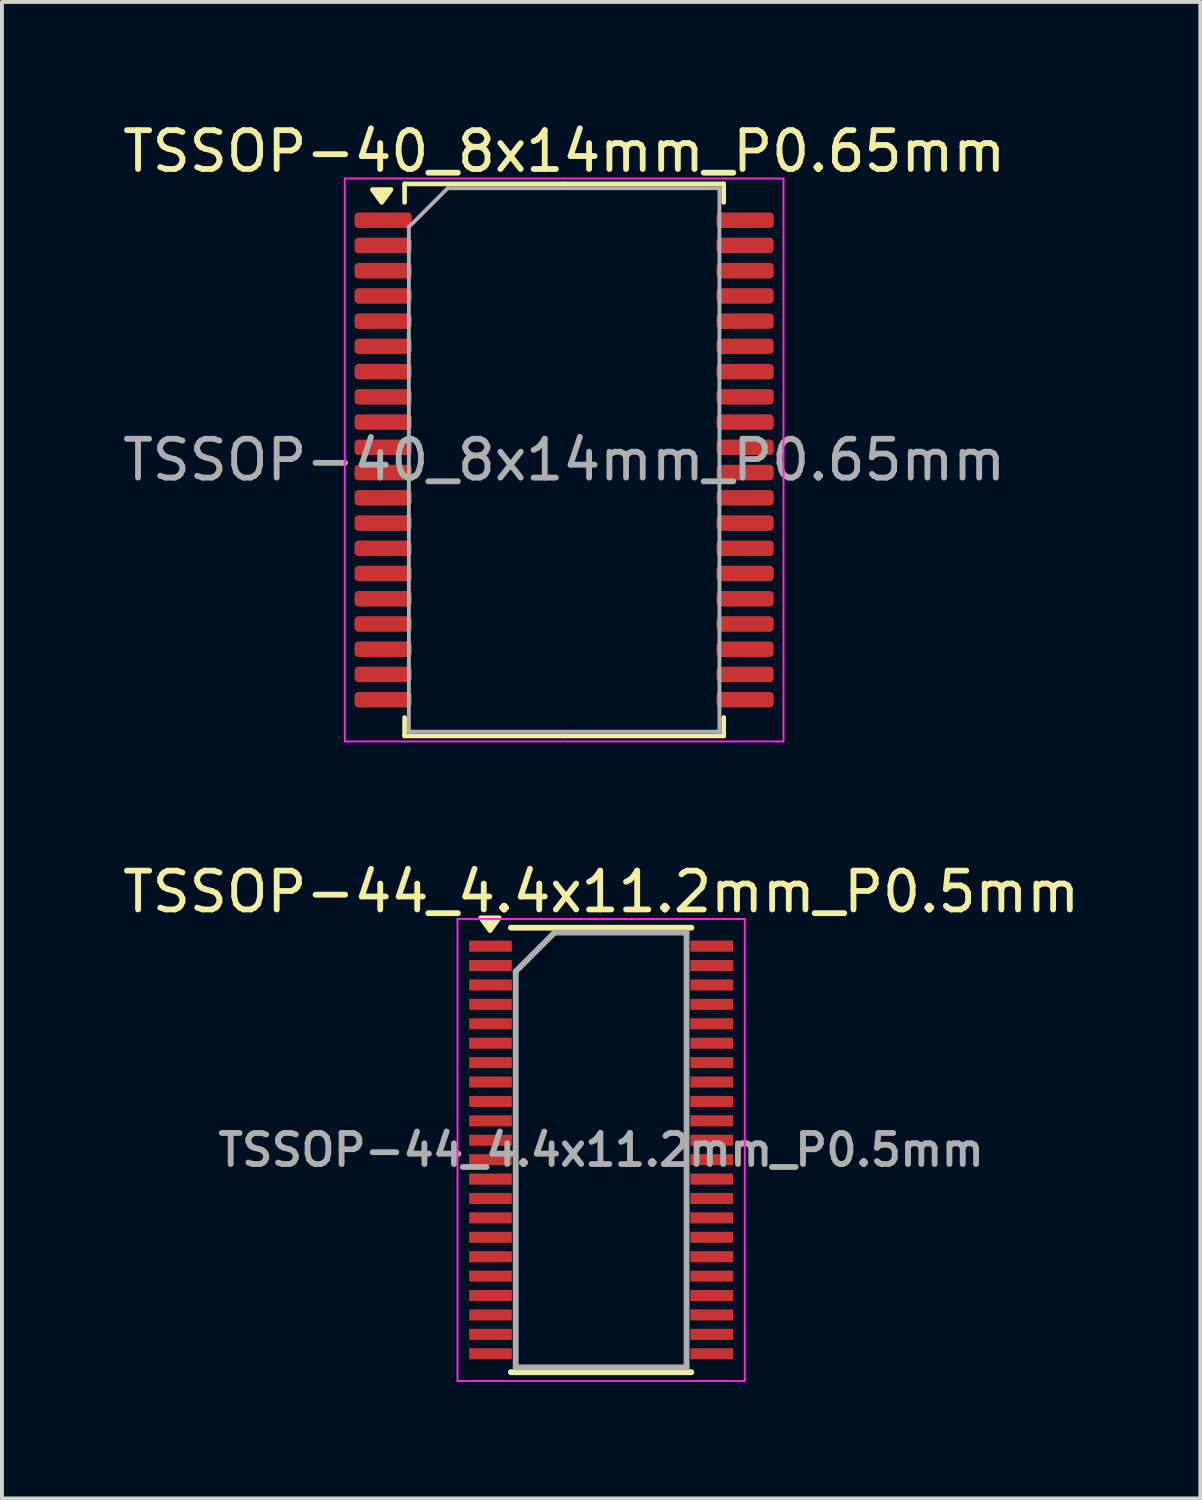
<source format=kicad_pcb>
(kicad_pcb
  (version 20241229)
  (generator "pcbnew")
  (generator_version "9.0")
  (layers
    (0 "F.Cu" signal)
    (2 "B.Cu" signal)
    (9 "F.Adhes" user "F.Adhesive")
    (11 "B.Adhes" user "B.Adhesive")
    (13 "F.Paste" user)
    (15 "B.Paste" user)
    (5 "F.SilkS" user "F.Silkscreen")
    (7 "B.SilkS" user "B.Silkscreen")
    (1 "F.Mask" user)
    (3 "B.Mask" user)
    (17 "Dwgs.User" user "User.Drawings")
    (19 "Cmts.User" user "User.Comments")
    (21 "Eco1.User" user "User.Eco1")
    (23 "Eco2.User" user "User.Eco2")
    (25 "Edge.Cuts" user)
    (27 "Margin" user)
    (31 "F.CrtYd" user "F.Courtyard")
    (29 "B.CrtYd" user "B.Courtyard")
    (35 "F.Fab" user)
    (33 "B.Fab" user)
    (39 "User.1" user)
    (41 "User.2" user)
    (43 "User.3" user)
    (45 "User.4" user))
  (footprint "TSSOP-40_8x14mm_P0.65mm"
    (layer "F.Cu")
    (at 11.482 8.798)
    (property "Reference" "TSSOP-40_8x14mm_P0.65mm" (at 0 -7.95 0) (layer "F.SilkS") (effects (font (size 1 1) (thickness 0.15))))
    (attr smd)
    (fp_line (start -4.11 -7.11) (end -4.11 -6.635) (stroke (width 0.12) (type solid)) (layer "F.SilkS"))
    (fp_line (start -4.11 7.11) (end -4.11 6.635) (stroke (width 0.12) (type solid)) (layer "F.SilkS"))
    (fp_line (start 0 -7.11) (end -4.11 -7.11) (stroke (width 0.12) (type solid)) (layer "F.SilkS"))
    (fp_line (start 0 -7.11) (end 4.11 -7.11) (stroke (width 0.12) (type solid)) (layer "F.SilkS"))
    (fp_line (start 0 7.11) (end -4.11 7.11) (stroke (width 0.12) (type solid)) (layer "F.SilkS"))
    (fp_line (start 0 7.11) (end 4.11 7.11) (stroke (width 0.12) (type solid)) (layer "F.SilkS"))
    (fp_line (start 4.11 -7.11) (end 4.11 -6.635) (stroke (width 0.12) (type solid)) (layer "F.SilkS"))
    (fp_line (start 4.11 7.11) (end 4.11 6.635) (stroke (width 0.12) (type solid)) (layer "F.SilkS"))
    (fp_poly (pts (xy -4.7 -6.635) (xy -4.94 -6.965) (xy -4.46 -6.965) (xy -4.7 -6.635)) (stroke (width 0.12) (type solid)) (fill yes) (layer "F.SilkS"))
    (fp_line (start -5.65 -7.25) (end -5.65 7.25) (stroke (width 0.05) (type solid)) (layer "F.CrtYd"))
    (fp_line (start -5.65 7.25) (end 5.65 7.25) (stroke (width 0.05) (type solid)) (layer "F.CrtYd"))
    (fp_line (start 5.65 -7.25) (end -5.65 -7.25) (stroke (width 0.05) (type solid)) (layer "F.CrtYd"))
    (fp_line (start 5.65 7.25) (end 5.65 -7.25) (stroke (width 0.05) (type solid)) (layer "F.CrtYd"))
    (fp_line (start -4 -6) (end -3 -7) (stroke (width 0.1) (type solid)) (layer "F.Fab"))
    (fp_line (start -4 7) (end -4 -6) (stroke (width 0.1) (type solid)) (layer "F.Fab"))
    (fp_line (start -3 -7) (end 4 -7) (stroke (width 0.1) (type solid)) (layer "F.Fab"))
    (fp_line (start 4 -7) (end 4 7) (stroke (width 0.1) (type solid)) (layer "F.Fab"))
    (fp_line (start 4 7) (end -4 7) (stroke (width 0.1) (type solid)) (layer "F.Fab"))
    (fp_text user "${REFERENCE}" (at 0 0 0) (layer "F.Fab") (effects (font (size 1 1) (thickness 0.15))))
    (pad "1" smd roundrect (at -4.662 -6.175) (size 1.475 0.4) (layers "F.Cu" "F.Mask" "F.Paste") (roundrect_rratio 0.25))
    (pad "2" smd roundrect (at -4.662 -5.525) (size 1.475 0.4) (layers "F.Cu" "F.Mask" "F.Paste") (roundrect_rratio 0.25))
    (pad "3" smd roundrect (at -4.662 -4.875) (size 1.475 0.4) (layers "F.Cu" "F.Mask" "F.Paste") (roundrect_rratio 0.25))
    (pad "4" smd roundrect (at -4.662 -4.225) (size 1.475 0.4) (layers "F.Cu" "F.Mask" "F.Paste") (roundrect_rratio 0.25))
    (pad "5" smd roundrect (at -4.662 -3.575) (size 1.475 0.4) (layers "F.Cu" "F.Mask" "F.Paste") (roundrect_rratio 0.25))
    (pad "6" smd roundrect (at -4.662 -2.925) (size 1.475 0.4) (layers "F.Cu" "F.Mask" "F.Paste") (roundrect_rratio 0.25))
    (pad "7" smd roundrect (at -4.662 -2.275) (size 1.475 0.4) (layers "F.Cu" "F.Mask" "F.Paste") (roundrect_rratio 0.25))
    (pad "8" smd roundrect (at -4.662 -1.625) (size 1.475 0.4) (layers "F.Cu" "F.Mask" "F.Paste") (roundrect_rratio 0.25))
    (pad "9" smd roundrect (at -4.662 -0.975) (size 1.475 0.4) (layers "F.Cu" "F.Mask" "F.Paste") (roundrect_rratio 0.25))
    (pad "10" smd roundrect (at -4.662 -0.325) (size 1.475 0.4) (layers "F.Cu" "F.Mask" "F.Paste") (roundrect_rratio 0.25))
    (pad "11" smd roundrect (at -4.662 0.325) (size 1.475 0.4) (layers "F.Cu" "F.Mask" "F.Paste") (roundrect_rratio 0.25))
    (pad "12" smd roundrect (at -4.662 0.975) (size 1.475 0.4) (layers "F.Cu" "F.Mask" "F.Paste") (roundrect_rratio 0.25))
    (pad "13" smd roundrect (at -4.662 1.625) (size 1.475 0.4) (layers "F.Cu" "F.Mask" "F.Paste") (roundrect_rratio 0.25))
    (pad "14" smd roundrect (at -4.662 2.275) (size 1.475 0.4) (layers "F.Cu" "F.Mask" "F.Paste") (roundrect_rratio 0.25))
    (pad "15" smd roundrect (at -4.662 2.925) (size 1.475 0.4) (layers "F.Cu" "F.Mask" "F.Paste") (roundrect_rratio 0.25))
    (pad "16" smd roundrect (at -4.662 3.575) (size 1.475 0.4) (layers "F.Cu" "F.Mask" "F.Paste") (roundrect_rratio 0.25))
    (pad "17" smd roundrect (at -4.662 4.225) (size 1.475 0.4) (layers "F.Cu" "F.Mask" "F.Paste") (roundrect_rratio 0.25))
    (pad "18" smd roundrect (at -4.662 4.875) (size 1.475 0.4) (layers "F.Cu" "F.Mask" "F.Paste") (roundrect_rratio 0.25))
    (pad "19" smd roundrect (at -4.662 5.525) (size 1.475 0.4) (layers "F.Cu" "F.Mask" "F.Paste") (roundrect_rratio 0.25))
    (pad "20" smd roundrect (at -4.662 6.175) (size 1.475 0.4) (layers "F.Cu" "F.Mask" "F.Paste") (roundrect_rratio 0.25))
    (pad "21" smd roundrect (at 4.662 6.175) (size 1.475 0.4) (layers "F.Cu" "F.Mask" "F.Paste") (roundrect_rratio 0.25))
    (pad "22" smd roundrect (at 4.662 5.525) (size 1.475 0.4) (layers "F.Cu" "F.Mask" "F.Paste") (roundrect_rratio 0.25))
    (pad "23" smd roundrect (at 4.662 4.875) (size 1.475 0.4) (layers "F.Cu" "F.Mask" "F.Paste") (roundrect_rratio 0.25))
    (pad "24" smd roundrect (at 4.662 4.225) (size 1.475 0.4) (layers "F.Cu" "F.Mask" "F.Paste") (roundrect_rratio 0.25))
    (pad "25" smd roundrect (at 4.662 3.575) (size 1.475 0.4) (layers "F.Cu" "F.Mask" "F.Paste") (roundrect_rratio 0.25))
    (pad "26" smd roundrect (at 4.662 2.925) (size 1.475 0.4) (layers "F.Cu" "F.Mask" "F.Paste") (roundrect_rratio 0.25))
    (pad "27" smd roundrect (at 4.662 2.275) (size 1.475 0.4) (layers "F.Cu" "F.Mask" "F.Paste") (roundrect_rratio 0.25))
    (pad "28" smd roundrect (at 4.662 1.625) (size 1.475 0.4) (layers "F.Cu" "F.Mask" "F.Paste") (roundrect_rratio 0.25))
    (pad "29" smd roundrect (at 4.662 0.975) (size 1.475 0.4) (layers "F.Cu" "F.Mask" "F.Paste") (roundrect_rratio 0.25))
    (pad "30" smd roundrect (at 4.662 0.325) (size 1.475 0.4) (layers "F.Cu" "F.Mask" "F.Paste") (roundrect_rratio 0.25))
    (pad "31" smd roundrect (at 4.662 -0.325) (size 1.475 0.4) (layers "F.Cu" "F.Mask" "F.Paste") (roundrect_rratio 0.25))
    (pad "32" smd roundrect (at 4.662 -0.975) (size 1.475 0.4) (layers "F.Cu" "F.Mask" "F.Paste") (roundrect_rratio 0.25))
    (pad "33" smd roundrect (at 4.662 -1.625) (size 1.475 0.4) (layers "F.Cu" "F.Mask" "F.Paste") (roundrect_rratio 0.25))
    (pad "34" smd roundrect (at 4.662 -2.275) (size 1.475 0.4) (layers "F.Cu" "F.Mask" "F.Paste") (roundrect_rratio 0.25))
    (pad "35" smd roundrect (at 4.662 -2.925) (size 1.475 0.4) (layers "F.Cu" "F.Mask" "F.Paste") (roundrect_rratio 0.25))
    (pad "36" smd roundrect (at 4.662 -3.575) (size 1.475 0.4) (layers "F.Cu" "F.Mask" "F.Paste") (roundrect_rratio 0.25))
    (pad "37" smd roundrect (at 4.662 -4.225) (size 1.475 0.4) (layers "F.Cu" "F.Mask" "F.Paste") (roundrect_rratio 0.25))
    (pad "38" smd roundrect (at 4.662 -4.875) (size 1.475 0.4) (layers "F.Cu" "F.Mask" "F.Paste") (roundrect_rratio 0.25))
    (pad "39" smd roundrect (at 4.662 -5.525) (size 1.475 0.4) (layers "F.Cu" "F.Mask" "F.Paste") (roundrect_rratio 0.25))
    (pad "40" smd roundrect (at 4.662 -6.175) (size 1.475 0.4) (layers "F.Cu" "F.Mask" "F.Paste") (roundrect_rratio 0.25)))
  (footprint "TSSOP-44_4.4x11.2mm_P0.5mm"
    (layer "F.Cu")
    (at 12.435 26.572)
    (property "Reference" "TSSOP-44_4.4x11.2mm_P0.5mm" (at 0 -6.65 0) (layer "F.SilkS") (effects (font (size 1 1) (thickness 0.15))))
    (attr smd)
    (fp_line (start -2.325 -5.725) (end 2.325 -5.725) (stroke (width 0.15) (type solid)) (layer "F.SilkS"))
    (fp_line (start -2.325 5.725) (end 2.325 5.725) (stroke (width 0.15) (type solid)) (layer "F.SilkS"))
    (fp_poly (pts (xy -2.862 -5.65) (xy -2.623 -5.98) (xy -3.103 -5.98) (xy -2.862 -5.65)) (stroke (width 0.12) (type solid)) (fill yes) (layer "F.SilkS"))
    (fp_line (start -3.7 -5.95) (end -3.7 5.95) (stroke (width 0.05) (type solid)) (layer "F.CrtYd"))
    (fp_line (start -3.7 -5.95) (end 3.7 -5.95) (stroke (width 0.05) (type solid)) (layer "F.CrtYd"))
    (fp_line (start -3.7 5.95) (end 3.7 5.95) (stroke (width 0.05) (type solid)) (layer "F.CrtYd"))
    (fp_line (start 3.7 -5.95) (end 3.7 5.95) (stroke (width 0.05) (type solid)) (layer "F.CrtYd"))
    (fp_line (start -2.2 -4.6) (end -1.2 -5.6) (stroke (width 0.15) (type solid)) (layer "F.Fab"))
    (fp_line (start -2.2 5.6) (end -2.2 -4.6) (stroke (width 0.15) (type solid)) (layer "F.Fab"))
    (fp_line (start -1.2 -5.6) (end 2.2 -5.6) (stroke (width 0.15) (type solid)) (layer "F.Fab"))
    (fp_line (start 2.2 -5.6) (end 2.2 5.6) (stroke (width 0.15) (type solid)) (layer "F.Fab"))
    (fp_line (start 2.2 5.6) (end -2.2 5.6) (stroke (width 0.15) (type solid)) (layer "F.Fab"))
    (fp_text user "${REFERENCE}" (at 0 0 0) (layer "F.Fab") (effects (font (size 0.8 0.8) (thickness 0.15))))
    (pad "1" smd rect (at -2.85 -5.25) (size 1.1 0.285) (layers "F.Cu" "F.Mask" "F.Paste"))
    (pad "2" smd rect (at -2.85 -4.75) (size 1.1 0.285) (layers "F.Cu" "F.Mask" "F.Paste"))
    (pad "3" smd rect (at -2.85 -4.25) (size 1.1 0.285) (layers "F.Cu" "F.Mask" "F.Paste"))
    (pad "4" smd rect (at -2.85 -3.75) (size 1.1 0.285) (layers "F.Cu" "F.Mask" "F.Paste"))
    (pad "5" smd rect (at -2.85 -3.25) (size 1.1 0.285) (layers "F.Cu" "F.Mask" "F.Paste"))
    (pad "6" smd rect (at -2.85 -2.75) (size 1.1 0.285) (layers "F.Cu" "F.Mask" "F.Paste"))
    (pad "7" smd rect (at -2.85 -2.25) (size 1.1 0.285) (layers "F.Cu" "F.Mask" "F.Paste"))
    (pad "8" smd rect (at -2.85 -1.75) (size 1.1 0.285) (layers "F.Cu" "F.Mask" "F.Paste"))
    (pad "9" smd rect (at -2.85 -1.25) (size 1.1 0.285) (layers "F.Cu" "F.Mask" "F.Paste"))
    (pad "10" smd rect (at -2.85 -0.75) (size 1.1 0.285) (layers "F.Cu" "F.Mask" "F.Paste"))
    (pad "11" smd rect (at -2.85 -0.25) (size 1.1 0.285) (layers "F.Cu" "F.Mask" "F.Paste"))
    (pad "12" smd rect (at -2.85 0.25) (size 1.1 0.285) (layers "F.Cu" "F.Mask" "F.Paste"))
    (pad "13" smd rect (at -2.85 0.75) (size 1.1 0.285) (layers "F.Cu" "F.Mask" "F.Paste"))
    (pad "14" smd rect (at -2.85 1.25) (size 1.1 0.285) (layers "F.Cu" "F.Mask" "F.Paste"))
    (pad "15" smd rect (at -2.85 1.75) (size 1.1 0.285) (layers "F.Cu" "F.Mask" "F.Paste"))
    (pad "16" smd rect (at -2.85 2.25) (size 1.1 0.285) (layers "F.Cu" "F.Mask" "F.Paste"))
    (pad "17" smd rect (at -2.85 2.75) (size 1.1 0.285) (layers "F.Cu" "F.Mask" "F.Paste"))
    (pad "18" smd rect (at -2.85 3.25) (size 1.1 0.285) (layers "F.Cu" "F.Mask" "F.Paste"))
    (pad "19" smd rect (at -2.85 3.75) (size 1.1 0.285) (layers "F.Cu" "F.Mask" "F.Paste"))
    (pad "20" smd rect (at -2.85 4.25) (size 1.1 0.285) (layers "F.Cu" "F.Mask" "F.Paste"))
    (pad "21" smd rect (at -2.85 4.75) (size 1.1 0.285) (layers "F.Cu" "F.Mask" "F.Paste"))
    (pad "22" smd rect (at -2.85 5.25) (size 1.1 0.285) (layers "F.Cu" "F.Mask" "F.Paste"))
    (pad "23" smd rect (at 2.85 5.25) (size 1.1 0.285) (layers "F.Cu" "F.Mask" "F.Paste"))
    (pad "24" smd rect (at 2.85 4.75) (size 1.1 0.285) (layers "F.Cu" "F.Mask" "F.Paste"))
    (pad "25" smd rect (at 2.85 4.25) (size 1.1 0.285) (layers "F.Cu" "F.Mask" "F.Paste"))
    (pad "26" smd rect (at 2.85 3.75) (size 1.1 0.285) (layers "F.Cu" "F.Mask" "F.Paste"))
    (pad "27" smd rect (at 2.85 3.25) (size 1.1 0.285) (layers "F.Cu" "F.Mask" "F.Paste"))
    (pad "28" smd rect (at 2.85 2.75) (size 1.1 0.285) (layers "F.Cu" "F.Mask" "F.Paste"))
    (pad "29" smd rect (at 2.85 2.25) (size 1.1 0.285) (layers "F.Cu" "F.Mask" "F.Paste"))
    (pad "30" smd rect (at 2.85 1.75) (size 1.1 0.285) (layers "F.Cu" "F.Mask" "F.Paste"))
    (pad "31" smd rect (at 2.85 1.25) (size 1.1 0.285) (layers "F.Cu" "F.Mask" "F.Paste"))
    (pad "32" smd rect (at 2.85 0.75) (size 1.1 0.285) (layers "F.Cu" "F.Mask" "F.Paste"))
    (pad "33" smd rect (at 2.85 0.25) (size 1.1 0.285) (layers "F.Cu" "F.Mask" "F.Paste"))
    (pad "34" smd rect (at 2.85 -0.25) (size 1.1 0.285) (layers "F.Cu" "F.Mask" "F.Paste"))
    (pad "35" smd rect (at 2.85 -0.75) (size 1.1 0.285) (layers "F.Cu" "F.Mask" "F.Paste"))
    (pad "36" smd rect (at 2.85 -1.25) (size 1.1 0.285) (layers "F.Cu" "F.Mask" "F.Paste"))
    (pad "37" smd rect (at 2.85 -1.75) (size 1.1 0.285) (layers "F.Cu" "F.Mask" "F.Paste"))
    (pad "38" smd rect (at 2.85 -2.25) (size 1.1 0.285) (layers "F.Cu" "F.Mask" "F.Paste"))
    (pad "39" smd rect (at 2.85 -2.75) (size 1.1 0.285) (layers "F.Cu" "F.Mask" "F.Paste"))
    (pad "40" smd rect (at 2.85 -3.25) (size 1.1 0.285) (layers "F.Cu" "F.Mask" "F.Paste"))
    (pad "41" smd rect (at 2.85 -3.75) (size 1.1 0.285) (layers "F.Cu" "F.Mask" "F.Paste"))
    (pad "42" smd rect (at 2.85 -4.25) (size 1.1 0.285) (layers "F.Cu" "F.Mask" "F.Paste"))
    (pad "43" smd rect (at 2.85 -4.75) (size 1.1 0.285) (layers "F.Cu" "F.Mask" "F.Paste"))
    (pad "44" smd rect (at 2.85 -5.25) (size 1.1 0.285) (layers "F.Cu" "F.Mask" "F.Paste")))
  (gr_rect
    (start -3 -3)
    (end 27.869 35.547)
    (stroke (width 0.1) (type default))
    (fill no)
    (layer "Edge.Cuts")))
</source>
